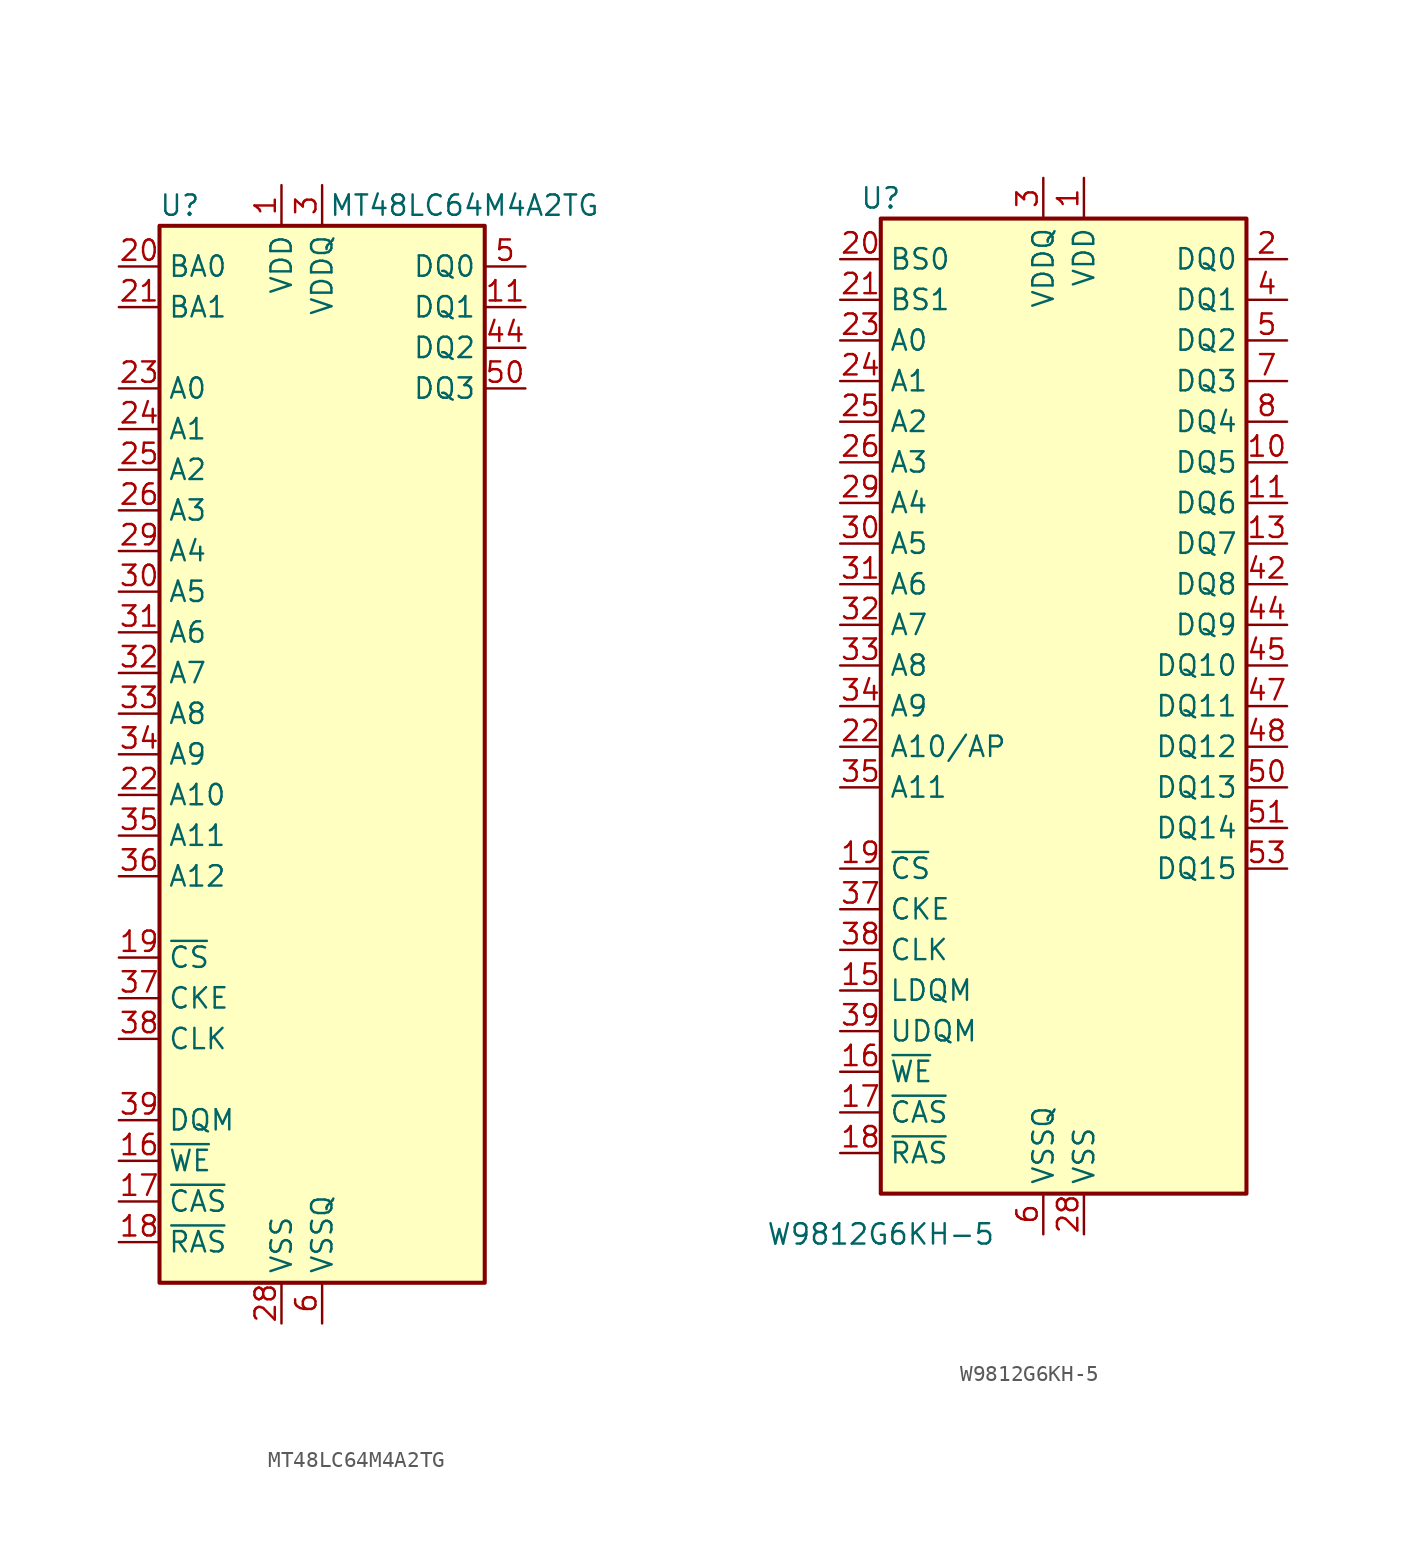
<source format=kicad_sym>
(kicad_symbol_lib
  (version 20200908)
  (generator kicad_symbol_editor)
  (symbol "Memory_RAM:MT48LC64M4A2TG"
    (property "Reference" "U"
      (at -8.89 34.29 0)
      (effects (font (size 1.27 1.27))))
    (property "Value" "MT48LC64M4A2TG"
      (at 8.89 34.29 0)
      (effects (font (size 1.27 1.27))))
    (symbol "MT48LC64M4A2TG_0_1"
      (rectangle (start -10.16 33.02) (end 10.16 -33.02) (stroke (width 0.254)) (fill (type background))))
    (symbol "MT48LC64M4A2TG_1_1"
      (pin power_in line (at -2.54 35.56 270) (length 2.54) (name "VDD" (effects (font (size 1.27 1.27)))) (number "1" (effects (font (size 1.27 1.27)))))
      (pin unconnected line (at 10.16 2.54 180) (length 2.54) hide (name "NC" (effects (font (size 1.27 1.27)))) (number "10" (effects (font (size 1.27 1.27)))))
      (pin bidirectional line (at 12.7 27.94 180) (length 2.54) (name "DQ1" (effects (font (size 1.27 1.27)))) (number "11" (effects (font (size 1.27 1.27)))))
      (pin passive line (at 0 -35.56 90) (length 2.54) hide (name "VSSQ" (effects (font (size 1.27 1.27)))) (number "12" (effects (font (size 1.27 1.27)))))
      (pin unconnected line (at 10.16 7.62 180) (length 2.54) hide (name "NC" (effects (font (size 1.27 1.27)))) (number "13" (effects (font (size 1.27 1.27)))))
      (pin passive line (at -2.54 35.56 270) (length 2.54) hide (name "VDD" (effects (font (size 1.27 1.27)))) (number "14" (effects (font (size 1.27 1.27)))))
      (pin unconnected line (at -10.16 -20.32 0) (length 2.54) hide (name "NC" (effects (font (size 1.27 1.27)))) (number "15" (effects (font (size 1.27 1.27)))))
      (pin input line (at -12.7 -25.4 0) (length 2.54) (name "~WE~" (effects (font (size 1.27 1.27)))) (number "16" (effects (font (size 1.27 1.27)))))
      (pin input line (at -12.7 -27.94 0) (length 2.54) (name "~CAS~" (effects (font (size 1.27 1.27)))) (number "17" (effects (font (size 1.27 1.27)))))
      (pin input line (at -12.7 -30.48 0) (length 2.54) (name "~RAS~" (effects (font (size 1.27 1.27)))) (number "18" (effects (font (size 1.27 1.27)))))
      (pin input line (at -12.7 -12.7 0) (length 2.54) (name "~CS~" (effects (font (size 1.27 1.27)))) (number "19" (effects (font (size 1.27 1.27)))))
      (pin unconnected line (at 10.16 12.7 180) (length 2.54) hide (name "NC" (effects (font (size 1.27 1.27)))) (number "2" (effects (font (size 1.27 1.27)))))
      (pin input line (at -12.7 30.48 0) (length 2.54) (name "BA0" (effects (font (size 1.27 1.27)))) (number "20" (effects (font (size 1.27 1.27)))))
      (pin input line (at -12.7 27.94 0) (length 2.54) (name "BA1" (effects (font (size 1.27 1.27)))) (number "21" (effects (font (size 1.27 1.27)))))
      (pin input line (at -12.7 -2.54 0) (length 2.54) (name "A10" (effects (font (size 1.27 1.27)))) (number "22" (effects (font (size 1.27 1.27)))))
      (pin input line (at -12.7 22.86 0) (length 2.54) (name "A0" (effects (font (size 1.27 1.27)))) (number "23" (effects (font (size 1.27 1.27)))))
      (pin input line (at -12.7 20.32 0) (length 2.54) (name "A1" (effects (font (size 1.27 1.27)))) (number "24" (effects (font (size 1.27 1.27)))))
      (pin input line (at -12.7 17.78 0) (length 2.54) (name "A2" (effects (font (size 1.27 1.27)))) (number "25" (effects (font (size 1.27 1.27)))))
      (pin input line (at -12.7 15.24 0) (length 2.54) (name "A3" (effects (font (size 1.27 1.27)))) (number "26" (effects (font (size 1.27 1.27)))))
      (pin passive line (at -2.54 35.56 270) (length 2.54) hide (name "VDD" (effects (font (size 1.27 1.27)))) (number "27" (effects (font (size 1.27 1.27)))))
      (pin power_in line (at -2.54 -35.56 90) (length 2.54) (name "VSS" (effects (font (size 1.27 1.27)))) (number "28" (effects (font (size 1.27 1.27)))))
      (pin input line (at -12.7 12.7 0) (length 2.54) (name "A4" (effects (font (size 1.27 1.27)))) (number "29" (effects (font (size 1.27 1.27)))))
      (pin power_in line (at 0 35.56 270) (length 2.54) (name "VDDQ" (effects (font (size 1.27 1.27)))) (number "3" (effects (font (size 1.27 1.27)))))
      (pin input line (at -12.7 10.16 0) (length 2.54) (name "A5" (effects (font (size 1.27 1.27)))) (number "30" (effects (font (size 1.27 1.27)))))
      (pin input line (at -12.7 7.62 0) (length 2.54) (name "A6" (effects (font (size 1.27 1.27)))) (number "31" (effects (font (size 1.27 1.27)))))
      (pin input line (at -12.7 5.08 0) (length 2.54) (name "A7" (effects (font (size 1.27 1.27)))) (number "32" (effects (font (size 1.27 1.27)))))
      (pin input line (at -12.7 2.54 0) (length 2.54) (name "A8" (effects (font (size 1.27 1.27)))) (number "33" (effects (font (size 1.27 1.27)))))
      (pin input line (at -12.7 0 0) (length 2.54) (name "A9" (effects (font (size 1.27 1.27)))) (number "34" (effects (font (size 1.27 1.27)))))
      (pin input line (at -12.7 -5.08 0) (length 2.54) (name "A11" (effects (font (size 1.27 1.27)))) (number "35" (effects (font (size 1.27 1.27)))))
      (pin input line (at -12.7 -7.62 0) (length 2.54) (name "A12" (effects (font (size 1.27 1.27)))) (number "36" (effects (font (size 1.27 1.27)))))
      (pin input line (at -12.7 -15.24 0) (length 2.54) (name "CKE" (effects (font (size 1.27 1.27)))) (number "37" (effects (font (size 1.27 1.27)))))
      (pin input line (at -12.7 -17.78 0) (length 2.54) (name "CLK" (effects (font (size 1.27 1.27)))) (number "38" (effects (font (size 1.27 1.27)))))
      (pin input line (at -12.7 -22.86 0) (length 2.54) (name "DQM" (effects (font (size 1.27 1.27)))) (number "39" (effects (font (size 1.27 1.27)))))
      (pin unconnected line (at 10.16 -7.62 180) (length 2.54) hide (name "NC" (effects (font (size 1.27 1.27)))) (number "4" (effects (font (size 1.27 1.27)))))
      (pin unconnected line (at 10.16 -20.32 180) (length 2.54) hide (name "NC" (effects (font (size 1.27 1.27)))) (number "40" (effects (font (size 1.27 1.27)))))
      (pin passive line (at -2.54 -35.56 90) (length 2.54) hide (name "VSS" (effects (font (size 1.27 1.27)))) (number "41" (effects (font (size 1.27 1.27)))))
      (pin unconnected line (at 10.16 10.16 180) (length 2.54) hide (name "NC" (effects (font (size 1.27 1.27)))) (number "42" (effects (font (size 1.27 1.27)))))
      (pin passive line (at 0 35.56 270) (length 2.54) hide (name "VDDQ" (effects (font (size 1.27 1.27)))) (number "43" (effects (font (size 1.27 1.27)))))
      (pin bidirectional line (at 12.7 25.4 180) (length 2.54) (name "DQ2" (effects (font (size 1.27 1.27)))) (number "44" (effects (font (size 1.27 1.27)))))
      (pin unconnected line (at 10.16 5.08 180) (length 2.54) hide (name "NC" (effects (font (size 1.27 1.27)))) (number "45" (effects (font (size 1.27 1.27)))))
      (pin passive line (at 0 -35.56 90) (length 2.54) hide (name "VSSQ" (effects (font (size 1.27 1.27)))) (number "46" (effects (font (size 1.27 1.27)))))
      (pin unconnected line (at 10.16 17.78 180) (length 2.54) hide (name "NC" (effects (font (size 1.27 1.27)))) (number "47" (effects (font (size 1.27 1.27)))))
      (pin unconnected line (at 10.16 0 180) (length 2.54) hide (name "NC" (effects (font (size 1.27 1.27)))) (number "48" (effects (font (size 1.27 1.27)))))
      (pin passive line (at 0 35.56 270) (length 2.54) hide (name "VDDQ" (effects (font (size 1.27 1.27)))) (number "49" (effects (font (size 1.27 1.27)))))
      (pin bidirectional line (at 12.7 30.48 180) (length 2.54) (name "DQ0" (effects (font (size 1.27 1.27)))) (number "5" (effects (font (size 1.27 1.27)))))
      (pin bidirectional line (at 12.7 22.86 180) (length 2.54) (name "DQ3" (effects (font (size 1.27 1.27)))) (number "50" (effects (font (size 1.27 1.27)))))
      (pin unconnected line (at 10.16 -5.08 180) (length 2.54) hide (name "NC" (effects (font (size 1.27 1.27)))) (number "51" (effects (font (size 1.27 1.27)))))
      (pin passive line (at 0 -35.56 90) (length 2.54) hide (name "VSSQ" (effects (font (size 1.27 1.27)))) (number "52" (effects (font (size 1.27 1.27)))))
      (pin unconnected line (at 10.16 20.32 180) (length 2.54) hide (name "NC" (effects (font (size 1.27 1.27)))) (number "53" (effects (font (size 1.27 1.27)))))
      (pin passive line (at -2.54 -35.56 90) (length 2.54) hide (name "VSS" (effects (font (size 1.27 1.27)))) (number "54" (effects (font (size 1.27 1.27)))))
      (pin power_in line (at 0 -35.56 90) (length 2.54) (name "VSSQ" (effects (font (size 1.27 1.27)))) (number "6" (effects (font (size 1.27 1.27)))))
      (pin unconnected line (at 10.16 -2.54 180) (length 2.54) hide (name "NC" (effects (font (size 1.27 1.27)))) (number "7" (effects (font (size 1.27 1.27)))))
      (pin unconnected line (at 10.16 15.24 180) (length 2.54) hide (name "NC" (effects (font (size 1.27 1.27)))) (number "8" (effects (font (size 1.27 1.27)))))
      (pin passive line (at 0 35.56 270) (length 2.54) hide (name "VDDQ" (effects (font (size 1.27 1.27)))) (number "9" (effects (font (size 1.27 1.27)))))))
  (symbol "Memory_RAM:W9812G6KH-5"
    (property "Reference" "U"
      (at -10.16 31.75 0)
      (effects (font (size 1.27 1.27))))
    (property "Value" "W9812G6KH-5"
      (at -10.16 -33.02 0)
      (effects (font (size 1.27 1.27))))
    (symbol "W9812G6KH-5_1_1"
      (rectangle (start -10.16 30.48) (end 12.7 -30.48) (stroke (width 0.254)) (fill (type background)))
      (pin power_in line (at 2.54 33.02 270) (length 2.54) (name "VDD" (effects (font (size 1.27 1.27)))) (number "1" (effects (font (size 1.27 1.27)))))
      (pin bidirectional line (at 15.24 15.24 180) (length 2.54) (name "DQ5" (effects (font (size 1.27 1.27)))) (number "10" (effects (font (size 1.27 1.27)))))
      (pin bidirectional line (at 15.24 12.7 180) (length 2.54) (name "DQ6" (effects (font (size 1.27 1.27)))) (number "11" (effects (font (size 1.27 1.27)))))
      (pin passive line (at 0 -33.02 90) (length 2.54) hide (name "VSSQ" (effects (font (size 1.27 1.27)))) (number "12" (effects (font (size 1.27 1.27)))))
      (pin bidirectional line (at 15.24 10.16 180) (length 2.54) (name "DQ7" (effects (font (size 1.27 1.27)))) (number "13" (effects (font (size 1.27 1.27)))))
      (pin passive line (at 2.54 33.02 270) (length 2.54) hide (name "VDD" (effects (font (size 1.27 1.27)))) (number "14" (effects (font (size 1.27 1.27)))))
      (pin input line (at -12.7 -17.78 0) (length 2.54) (name "LDQM" (effects (font (size 1.27 1.27)))) (number "15" (effects (font (size 1.27 1.27)))))
      (pin input line (at -12.7 -22.86 0) (length 2.54) (name "~WE" (effects (font (size 1.27 1.27)))) (number "16" (effects (font (size 1.27 1.27)))))
      (pin input line (at -12.7 -25.4 0) (length 2.54) (name "~CAS" (effects (font (size 1.27 1.27)))) (number "17" (effects (font (size 1.27 1.27)))))
      (pin input line (at -12.7 -27.94 0) (length 2.54) (name "~RAS" (effects (font (size 1.27 1.27)))) (number "18" (effects (font (size 1.27 1.27)))))
      (pin input line (at -12.7 -10.16 0) (length 2.54) (name "~CS" (effects (font (size 1.27 1.27)))) (number "19" (effects (font (size 1.27 1.27)))))
      (pin bidirectional line (at 15.24 27.94 180) (length 2.54) (name "DQ0" (effects (font (size 1.27 1.27)))) (number "2" (effects (font (size 1.27 1.27)))))
      (pin input line (at -12.7 27.94 0) (length 2.54) (name "BS0" (effects (font (size 1.27 1.27)))) (number "20" (effects (font (size 1.27 1.27)))))
      (pin input line (at -12.7 25.4 0) (length 2.54) (name "BS1" (effects (font (size 1.27 1.27)))) (number "21" (effects (font (size 1.27 1.27)))))
      (pin input line (at -12.7 -2.54 0) (length 2.54) (name "A10/AP" (effects (font (size 1.27 1.27)))) (number "22" (effects (font (size 1.27 1.27)))))
      (pin input line (at -12.7 22.86 0) (length 2.54) (name "A0" (effects (font (size 1.27 1.27)))) (number "23" (effects (font (size 1.27 1.27)))))
      (pin input line (at -12.7 20.32 0) (length 2.54) (name "A1" (effects (font (size 1.27 1.27)))) (number "24" (effects (font (size 1.27 1.27)))))
      (pin input line (at -12.7 17.78 0) (length 2.54) (name "A2" (effects (font (size 1.27 1.27)))) (number "25" (effects (font (size 1.27 1.27)))))
      (pin input line (at -12.7 15.24 0) (length 2.54) (name "A3" (effects (font (size 1.27 1.27)))) (number "26" (effects (font (size 1.27 1.27)))))
      (pin passive line (at 2.54 33.02 270) (length 2.54) hide (name "VDD" (effects (font (size 1.27 1.27)))) (number "27" (effects (font (size 1.27 1.27)))))
      (pin power_in line (at 2.54 -33.02 90) (length 2.54) (name "VSS" (effects (font (size 1.27 1.27)))) (number "28" (effects (font (size 1.27 1.27)))))
      (pin input line (at -12.7 12.7 0) (length 2.54) (name "A4" (effects (font (size 1.27 1.27)))) (number "29" (effects (font (size 1.27 1.27)))))
      (pin power_in line (at 0 33.02 270) (length 2.54) (name "VDDQ" (effects (font (size 1.27 1.27)))) (number "3" (effects (font (size 1.27 1.27)))))
      (pin input line (at -12.7 10.16 0) (length 2.54) (name "A5" (effects (font (size 1.27 1.27)))) (number "30" (effects (font (size 1.27 1.27)))))
      (pin input line (at -12.7 7.62 0) (length 2.54) (name "A6" (effects (font (size 1.27 1.27)))) (number "31" (effects (font (size 1.27 1.27)))))
      (pin input line (at -12.7 5.08 0) (length 2.54) (name "A7" (effects (font (size 1.27 1.27)))) (number "32" (effects (font (size 1.27 1.27)))))
      (pin input line (at -12.7 2.54 0) (length 2.54) (name "A8" (effects (font (size 1.27 1.27)))) (number "33" (effects (font (size 1.27 1.27)))))
      (pin input line (at -12.7 0 0) (length 2.54) (name "A9" (effects (font (size 1.27 1.27)))) (number "34" (effects (font (size 1.27 1.27)))))
      (pin input line (at -12.7 -5.08 0) (length 2.54) (name "A11" (effects (font (size 1.27 1.27)))) (number "35" (effects (font (size 1.27 1.27)))))
      (pin unconnected line (at 12.7 -15.24 180) (length 2.54) hide (name "NC" (effects (font (size 1.27 1.27)))) (number "36" (effects (font (size 1.27 1.27)))))
      (pin input line (at -12.7 -12.7 0) (length 2.54) (name "CKE" (effects (font (size 1.27 1.27)))) (number "37" (effects (font (size 1.27 1.27)))))
      (pin input line (at -12.7 -15.24 0) (length 2.54) (name "CLK" (effects (font (size 1.27 1.27)))) (number "38" (effects (font (size 1.27 1.27)))))
      (pin input line (at -12.7 -20.32 0) (length 2.54) (name "UDQM" (effects (font (size 1.27 1.27)))) (number "39" (effects (font (size 1.27 1.27)))))
      (pin bidirectional line (at 15.24 25.4 180) (length 2.54) (name "DQ1" (effects (font (size 1.27 1.27)))) (number "4" (effects (font (size 1.27 1.27)))))
      (pin unconnected line (at 12.7 -17.78 180) (length 2.54) hide (name "NC" (effects (font (size 1.27 1.27)))) (number "40" (effects (font (size 1.27 1.27)))))
      (pin passive line (at 2.54 -33.02 90) (length 2.54) hide (name "VSS" (effects (font (size 1.27 1.27)))) (number "41" (effects (font (size 1.27 1.27)))))
      (pin bidirectional line (at 15.24 7.62 180) (length 2.54) (name "DQ8" (effects (font (size 1.27 1.27)))) (number "42" (effects (font (size 1.27 1.27)))))
      (pin passive line (at 0 33.02 270) (length 2.54) hide (name "VDDQ" (effects (font (size 1.27 1.27)))) (number "43" (effects (font (size 1.27 1.27)))))
      (pin bidirectional line (at 15.24 5.08 180) (length 2.54) (name "DQ9" (effects (font (size 1.27 1.27)))) (number "44" (effects (font (size 1.27 1.27)))))
      (pin bidirectional line (at 15.24 2.54 180) (length 2.54) (name "DQ10" (effects (font (size 1.27 1.27)))) (number "45" (effects (font (size 1.27 1.27)))))
      (pin passive line (at 0 -33.02 90) (length 2.54) hide (name "VSSQ" (effects (font (size 1.27 1.27)))) (number "46" (effects (font (size 1.27 1.27)))))
      (pin bidirectional line (at 15.24 0 180) (length 2.54) (name "DQ11" (effects (font (size 1.27 1.27)))) (number "47" (effects (font (size 1.27 1.27)))))
      (pin bidirectional line (at 15.24 -2.54 180) (length 2.54) (name "DQ12" (effects (font (size 1.27 1.27)))) (number "48" (effects (font (size 1.27 1.27)))))
      (pin passive line (at 0 33.02 270) (length 2.54) hide (name "VDDQ" (effects (font (size 1.27 1.27)))) (number "49" (effects (font (size 1.27 1.27)))))
      (pin bidirectional line (at 15.24 22.86 180) (length 2.54) (name "DQ2" (effects (font (size 1.27 1.27)))) (number "5" (effects (font (size 1.27 1.27)))))
      (pin bidirectional line (at 15.24 -5.08 180) (length 2.54) (name "DQ13" (effects (font (size 1.27 1.27)))) (number "50" (effects (font (size 1.27 1.27)))))
      (pin bidirectional line (at 15.24 -7.62 180) (length 2.54) (name "DQ14" (effects (font (size 1.27 1.27)))) (number "51" (effects (font (size 1.27 1.27)))))
      (pin passive line (at 0 -33.02 90) (length 2.54) hide (name "VSSQ" (effects (font (size 1.27 1.27)))) (number "52" (effects (font (size 1.27 1.27)))))
      (pin bidirectional line (at 15.24 -10.16 180) (length 2.54) (name "DQ15" (effects (font (size 1.27 1.27)))) (number "53" (effects (font (size 1.27 1.27)))))
      (pin passive line (at 2.54 -33.02 90) (length 2.54) hide (name "VSS" (effects (font (size 1.27 1.27)))) (number "54" (effects (font (size 1.27 1.27)))))
      (pin power_in line (at 0 -33.02 90) (length 2.54) (name "VSSQ" (effects (font (size 1.27 1.27)))) (number "6" (effects (font (size 1.27 1.27)))))
      (pin bidirectional line (at 15.24 20.32 180) (length 2.54) (name "DQ3" (effects (font (size 1.27 1.27)))) (number "7" (effects (font (size 1.27 1.27)))))
      (pin bidirectional line (at 15.24 17.78 180) (length 2.54) (name "DQ4" (effects (font (size 1.27 1.27)))) (number "8" (effects (font (size 1.27 1.27)))))
      (pin passive line (at 0 33.02 270) (length 2.54) hide (name "VDDQ" (effects (font (size 1.27 1.27)))) (number "9" (effects (font (size 1.27 1.27))))))))
</source>
